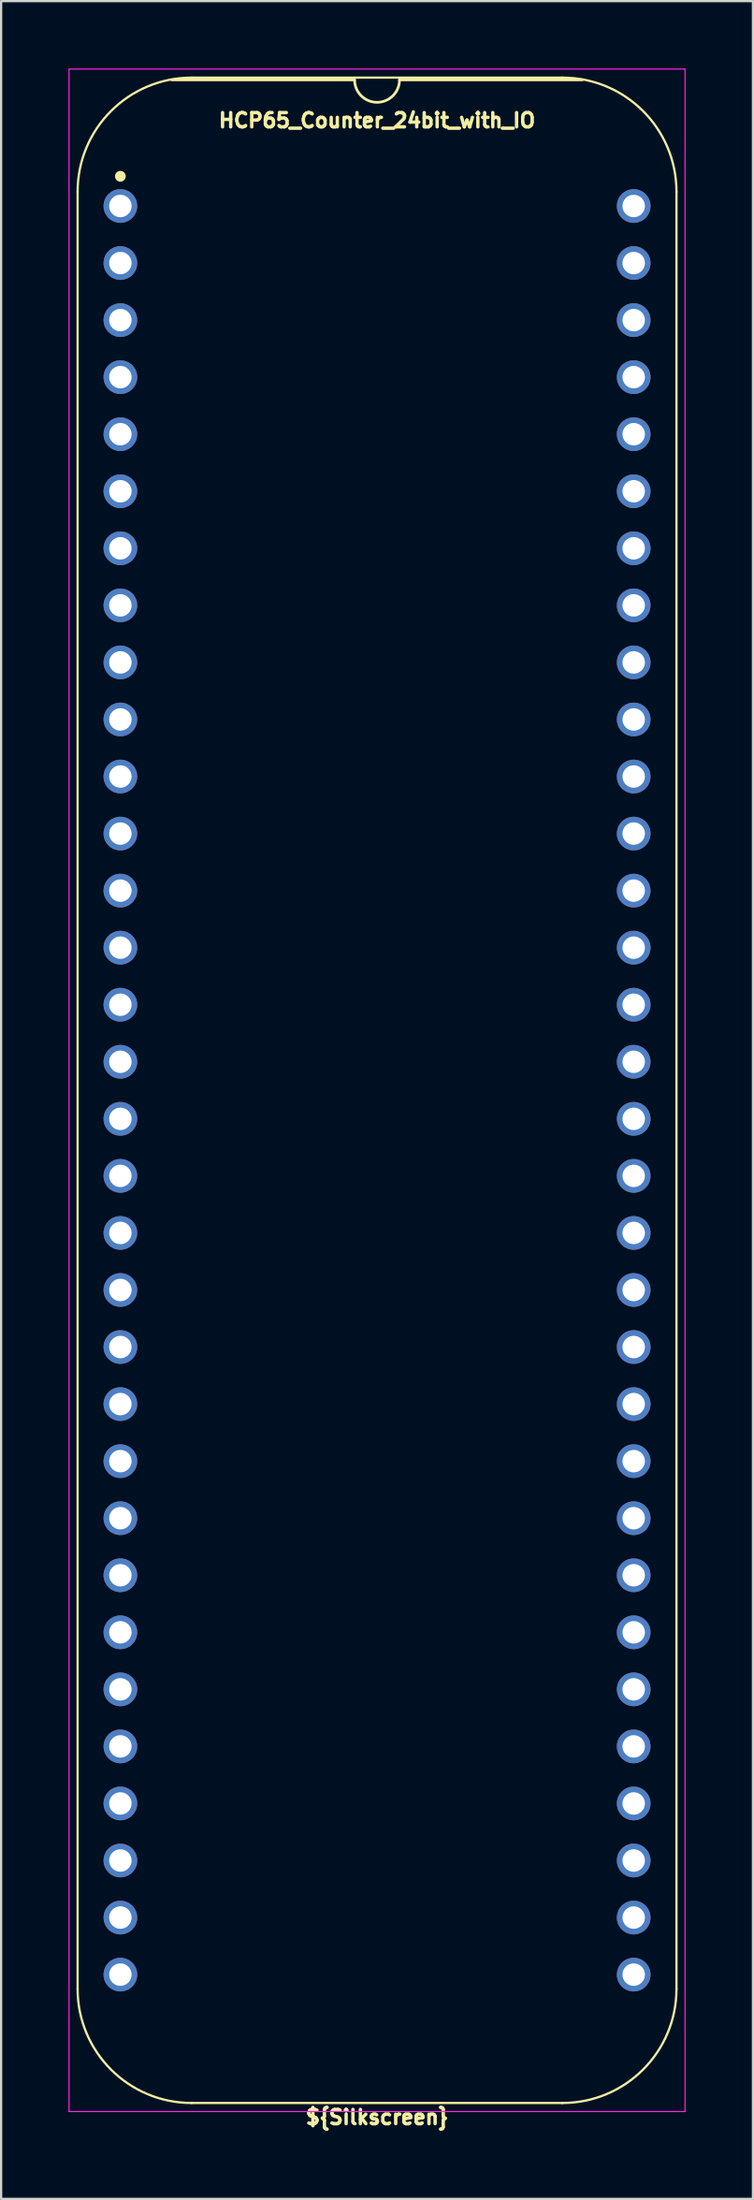
<source format=kicad_pcb>
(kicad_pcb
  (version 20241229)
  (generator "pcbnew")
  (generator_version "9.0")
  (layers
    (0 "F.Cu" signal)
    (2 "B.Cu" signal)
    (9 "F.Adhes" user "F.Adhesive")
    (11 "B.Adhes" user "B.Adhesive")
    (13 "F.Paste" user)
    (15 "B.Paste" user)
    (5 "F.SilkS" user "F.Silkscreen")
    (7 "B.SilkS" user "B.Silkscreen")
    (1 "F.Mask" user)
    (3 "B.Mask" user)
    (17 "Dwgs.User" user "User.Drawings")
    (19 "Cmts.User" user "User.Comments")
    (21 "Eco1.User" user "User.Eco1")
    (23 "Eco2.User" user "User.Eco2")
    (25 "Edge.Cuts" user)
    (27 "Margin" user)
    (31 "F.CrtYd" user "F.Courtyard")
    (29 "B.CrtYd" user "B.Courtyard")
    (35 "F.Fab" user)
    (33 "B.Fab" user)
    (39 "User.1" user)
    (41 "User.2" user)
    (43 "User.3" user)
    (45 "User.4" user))
  (footprint "HCP65_Counter_24bit_with_IO"
    (layer "F.Cu")
    (at 2.311 6.121)
    (property "Reference" "HCP65_Counter_24bit_with_IO" (at 11.43 -3.81 0) (layer "F.SilkS") (effects (font (size 0.635 0.635) (thickness 0.15))))
    (attr through_hole)
    (fp_line (start -1.905 -0.635) (end -1.905 79.375) (stroke (width 0.1) (type solid)) (layer "F.SilkS"))
    (fp_line (start 10.43 -5.616) (end 2.286 -5.616) (stroke (width 0.12) (type solid)) (layer "F.SilkS"))
    (fp_line (start 19.685 -5.715) (end 3.175 -5.715) (stroke (width 0.1) (type solid)) (layer "F.SilkS"))
    (fp_line (start 19.685 84.455) (end 3.175 84.455) (stroke (width 0.1) (type solid)) (layer "F.SilkS"))
    (fp_line (start 20.574 -5.616) (end 12.43 -5.616) (stroke (width 0.12) (type solid)) (layer "F.SilkS"))
    (fp_line (start 24.765 79.375) (end 24.765 -0.635) (stroke (width 0.1) (type solid)) (layer "F.SilkS"))
    (fp_arc (start -1.905 -0.635) (mid -0.417102 -4.227102) (end 3.175 -5.715) (stroke (width 0.1) (type solid)) (layer "F.SilkS"))
    (fp_arc (start 3.175 84.455) (mid -0.417102 82.967102) (end -1.905 79.375) (stroke (width 0.1) (type solid)) (layer "F.SilkS"))
    (fp_arc (start 12.43 -5.616) (mid 11.43 -4.616) (end 10.43 -5.616) (stroke (width 0.12) (type solid)) (layer "F.SilkS"))
    (fp_arc (start 19.685 -5.715) (mid 23.277102 -4.227102) (end 24.765 -0.635) (stroke (width 0.1) (type solid)) (layer "F.SilkS"))
    (fp_arc (start 24.765 79.375) (mid 23.277102 82.967102) (end 19.685 84.455) (stroke (width 0.1) (type solid)) (layer "F.SilkS"))
    (fp_circle (center 0 -1.323) (end 0.18 -1.323) (stroke (width 0.12) (type solid)) (fill yes) (layer "F.SilkS"))
    (fp_line (start -2.286 -6.096) (end -2.286 84.836) (stroke (width 0.05) (type solid)) (layer "F.CrtYd"))
    (fp_line (start -2.286 -6.096) (end 25.146 -6.096) (stroke (width 0.05) (type solid)) (layer "F.CrtYd"))
    (fp_line (start -2.286 84.836) (end 25.146 84.836) (stroke (width 0.05) (type solid)) (layer "F.CrtYd"))
    (fp_line (start 25.146 84.836) (end 25.146 -6.096) (stroke (width 0.05) (type solid)) (layer "F.CrtYd"))
    (fp_text user "${Silkscreen}" (at 11.43 85.09 0) (layer "F.SilkS") (effects (font (size 0.635 0.635) (thickness 0.15))))
    (pad "1" thru_hole circle (at 0 0) (size 1.5 1.5) (drill 1) (layers "*.Cu" "*.Mask"))
    (pad "2" thru_hole circle (at 0 2.54) (size 1.5 1.5) (drill 1) (layers "*.Cu" "*.Mask"))
    (pad "3" thru_hole circle (at 0 5.08) (size 1.5 1.5) (drill 1) (layers "*.Cu" "*.Mask"))
    (pad "4" thru_hole circle (at 0 7.62) (size 1.5 1.5) (drill 1) (layers "*.Cu" "*.Mask"))
    (pad "5" thru_hole circle (at 0 10.16) (size 1.5 1.5) (drill 1) (layers "*.Cu" "*.Mask"))
    (pad "6" thru_hole circle (at 0 12.7) (size 1.5 1.5) (drill 1) (layers "*.Cu" "*.Mask"))
    (pad "7" thru_hole circle (at 0 15.24) (size 1.5 1.5) (drill 1) (layers "*.Cu" "*.Mask"))
    (pad "8" thru_hole circle (at 0 17.78) (size 1.5 1.5) (drill 1) (layers "*.Cu" "*.Mask"))
    (pad "9" thru_hole circle (at 0 20.32) (size 1.5 1.5) (drill 1) (layers "*.Cu" "*.Mask"))
    (pad "10" thru_hole circle (at 0 22.86) (size 1.5 1.5) (drill 1) (layers "*.Cu" "*.Mask"))
    (pad "11" thru_hole circle (at 0 25.4) (size 1.5 1.5) (drill 1) (layers "*.Cu" "*.Mask"))
    (pad "12" thru_hole circle (at 0 27.94) (size 1.5 1.5) (drill 1) (layers "*.Cu" "*.Mask"))
    (pad "13" thru_hole circle (at 0 30.48) (size 1.5 1.5) (drill 1) (layers "*.Cu" "*.Mask"))
    (pad "14" thru_hole circle (at 0 33.02) (size 1.5 1.5) (drill 1) (layers "*.Cu" "*.Mask"))
    (pad "15" thru_hole circle (at 0 35.56) (size 1.5 1.5) (drill 1) (layers "*.Cu" "*.Mask"))
    (pad "16" thru_hole circle (at 0 38.1) (size 1.5 1.5) (drill 1) (layers "*.Cu" "*.Mask"))
    (pad "17" thru_hole circle (at 0 40.64) (size 1.5 1.5) (drill 1) (layers "*.Cu" "*.Mask"))
    (pad "18" thru_hole circle (at 0 43.18) (size 1.5 1.5) (drill 1) (layers "*.Cu" "*.Mask"))
    (pad "19" thru_hole circle (at 0 45.72) (size 1.5 1.5) (drill 1) (layers "*.Cu" "*.Mask"))
    (pad "20" thru_hole circle (at 0 48.26) (size 1.5 1.5) (drill 1) (layers "*.Cu" "*.Mask"))
    (pad "21" thru_hole circle (at 0 50.8) (size 1.5 1.5) (drill 1) (layers "*.Cu" "*.Mask"))
    (pad "22" thru_hole circle (at 0 53.34) (size 1.5 1.5) (drill 1) (layers "*.Cu" "*.Mask"))
    (pad "23" thru_hole circle (at 0 55.88) (size 1.5 1.5) (drill 1) (layers "*.Cu" "*.Mask"))
    (pad "24" thru_hole circle (at 0 58.42) (size 1.5 1.5) (drill 1) (layers "*.Cu" "*.Mask"))
    (pad "25" thru_hole circle (at 0 60.96) (size 1.5 1.5) (drill 1) (layers "*.Cu" "*.Mask"))
    (pad "26" thru_hole circle (at 0 63.5) (size 1.5 1.5) (drill 1) (layers "*.Cu" "*.Mask"))
    (pad "27" thru_hole circle (at 0 66.04) (size 1.5 1.5) (drill 1) (layers "*.Cu" "*.Mask"))
    (pad "28" thru_hole circle (at 0 68.58) (size 1.5 1.5) (drill 1) (layers "*.Cu" "*.Mask"))
    (pad "29" thru_hole circle (at 0 71.12) (size 1.5 1.5) (drill 1) (layers "*.Cu" "*.Mask"))
    (pad "30" thru_hole circle (at 0 73.66) (size 1.5 1.5) (drill 1) (layers "*.Cu" "*.Mask"))
    (pad "31" thru_hole circle (at 0 76.2) (size 1.5 1.5) (drill 1) (layers "*.Cu" "*.Mask"))
    (pad "32" thru_hole circle (at 0 78.74) (size 1.5 1.5) (drill 1) (layers "*.Cu" "*.Mask"))
    (pad "33" thru_hole circle (at 22.86 78.74) (size 1.5 1.5) (drill 1) (layers "*.Cu" "*.Mask"))
    (pad "34" thru_hole circle (at 22.86 76.2) (size 1.5 1.5) (drill 1) (layers "*.Cu" "*.Mask"))
    (pad "35" thru_hole circle (at 22.86 73.66) (size 1.5 1.5) (drill 1) (layers "*.Cu" "*.Mask"))
    (pad "36" thru_hole circle (at 22.86 71.12) (size 1.5 1.5) (drill 1) (layers "*.Cu" "*.Mask"))
    (pad "37" thru_hole circle (at 22.86 68.58) (size 1.5 1.5) (drill 1) (layers "*.Cu" "*.Mask"))
    (pad "38" thru_hole circle (at 22.86 66.04) (size 1.5 1.5) (drill 1) (layers "*.Cu" "*.Mask"))
    (pad "39" thru_hole circle (at 22.86 63.5) (size 1.5 1.5) (drill 1) (layers "*.Cu" "*.Mask"))
    (pad "40" thru_hole circle (at 22.86 60.96) (size 1.5 1.5) (drill 1) (layers "*.Cu" "*.Mask"))
    (pad "41" thru_hole circle (at 22.86 58.42) (size 1.5 1.5) (drill 1) (layers "*.Cu" "*.Mask"))
    (pad "42" thru_hole circle (at 22.86 55.88) (size 1.5 1.5) (drill 1) (layers "*.Cu" "*.Mask"))
    (pad "43" thru_hole circle (at 22.86 53.34) (size 1.5 1.5) (drill 1) (layers "*.Cu" "*.Mask"))
    (pad "44" thru_hole circle (at 22.86 50.8) (size 1.5 1.5) (drill 1) (layers "*.Cu" "*.Mask"))
    (pad "45" thru_hole circle (at 22.86 48.26) (size 1.5 1.5) (drill 1) (layers "*.Cu" "*.Mask"))
    (pad "46" thru_hole circle (at 22.86 45.72) (size 1.5 1.5) (drill 1) (layers "*.Cu" "*.Mask"))
    (pad "47" thru_hole circle (at 22.86 43.18) (size 1.5 1.5) (drill 1) (layers "*.Cu" "*.Mask"))
    (pad "48" thru_hole circle (at 22.86 40.64) (size 1.5 1.5) (drill 1) (layers "*.Cu" "*.Mask"))
    (pad "49" thru_hole circle (at 22.86 38.1) (size 1.5 1.5) (drill 1) (layers "*.Cu" "*.Mask"))
    (pad "50" thru_hole circle (at 22.86 35.56) (size 1.5 1.5) (drill 1) (layers "*.Cu" "*.Mask"))
    (pad "51" thru_hole circle (at 22.86 33.02) (size 1.5 1.5) (drill 1) (layers "*.Cu" "*.Mask"))
    (pad "52" thru_hole circle (at 22.86 30.48) (size 1.5 1.5) (drill 1) (layers "*.Cu" "*.Mask"))
    (pad "53" thru_hole circle (at 22.86 27.94) (size 1.5 1.5) (drill 1) (layers "*.Cu" "*.Mask"))
    (pad "54" thru_hole circle (at 22.86 25.4) (size 1.5 1.5) (drill 1) (layers "*.Cu" "*.Mask"))
    (pad "55" thru_hole circle (at 22.86 22.86) (size 1.5 1.5) (drill 1) (layers "*.Cu" "*.Mask"))
    (pad "56" thru_hole circle (at 22.86 20.32) (size 1.5 1.5) (drill 1) (layers "*.Cu" "*.Mask"))
    (pad "57" thru_hole circle (at 22.86 17.78) (size 1.5 1.5) (drill 1) (layers "*.Cu" "*.Mask"))
    (pad "58" thru_hole circle (at 22.86 15.24) (size 1.5 1.5) (drill 1) (layers "*.Cu" "*.Mask"))
    (pad "59" thru_hole circle (at 22.86 12.7) (size 1.5 1.5) (drill 1) (layers "*.Cu" "*.Mask"))
    (pad "60" thru_hole circle (at 22.86 10.16) (size 1.5 1.5) (drill 1) (layers "*.Cu" "*.Mask"))
    (pad "61" thru_hole circle (at 22.86 7.62) (size 1.5 1.5) (drill 1) (layers "*.Cu" "*.Mask"))
    (pad "62" thru_hole circle (at 22.86 5.08) (size 1.5 1.5) (drill 1) (layers "*.Cu" "*.Mask"))
    (pad "63" thru_hole circle (at 22.86 2.54) (size 1.5 1.5) (drill 1) (layers "*.Cu" "*.Mask"))
    (pad "64" thru_hole circle (at 22.86 0) (size 1.5 1.5) (drill 1) (layers "*.Cu" "*.Mask")))
  (gr_rect
    (start -3 -3)
    (end 30.482 94.846)
    (stroke (width 0.1) (type default))
    (fill no)
    (layer "Edge.Cuts")))
</source>
